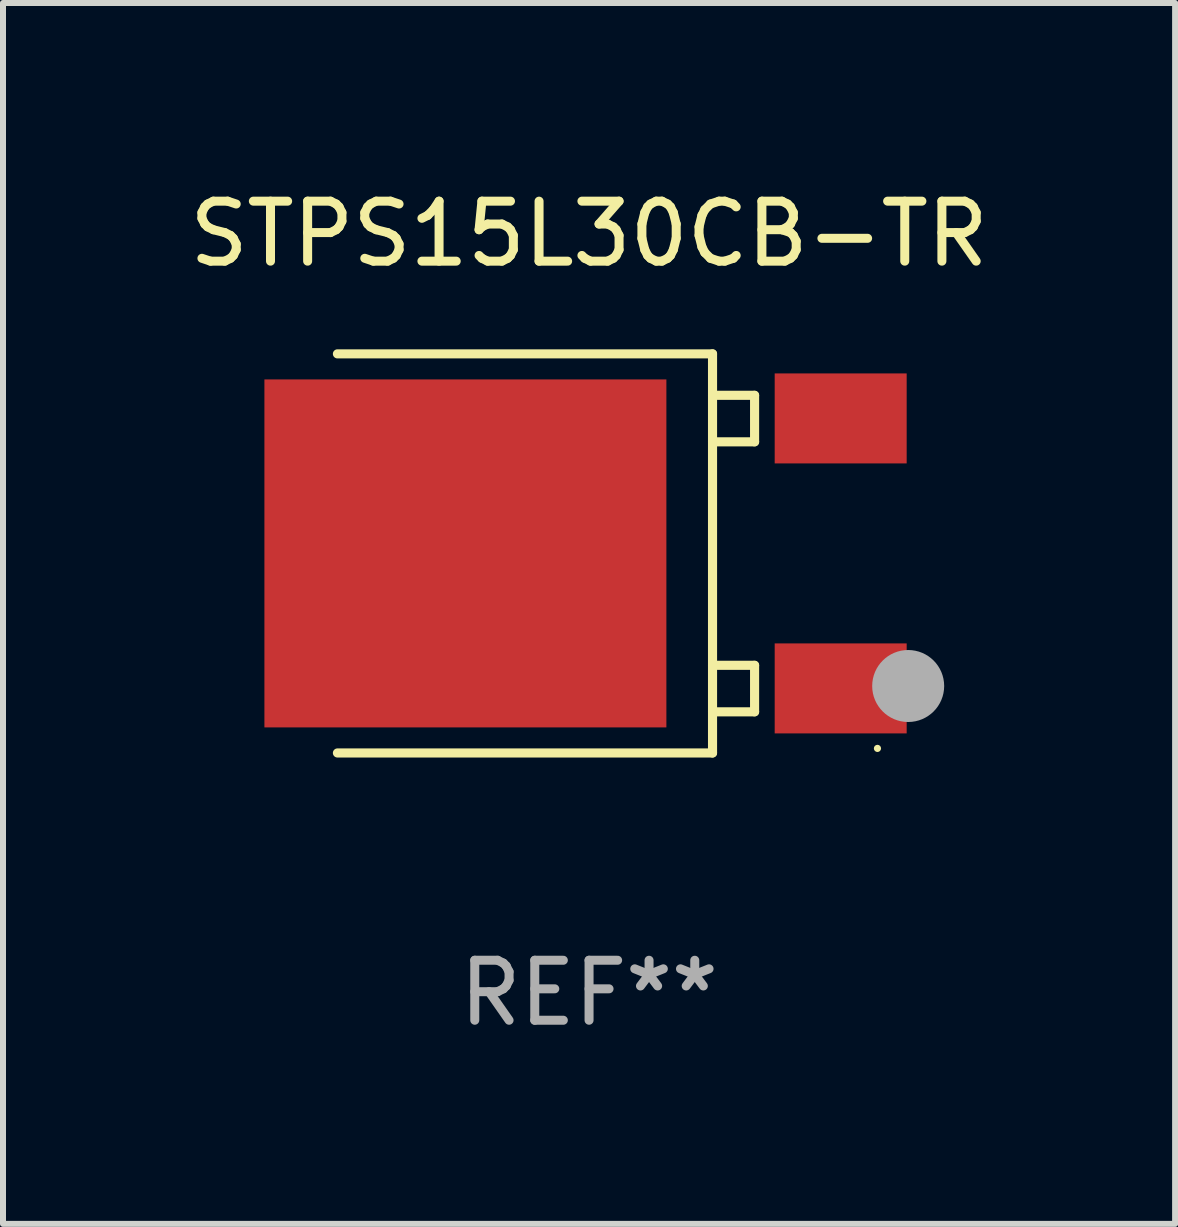
<source format=kicad_pcb>
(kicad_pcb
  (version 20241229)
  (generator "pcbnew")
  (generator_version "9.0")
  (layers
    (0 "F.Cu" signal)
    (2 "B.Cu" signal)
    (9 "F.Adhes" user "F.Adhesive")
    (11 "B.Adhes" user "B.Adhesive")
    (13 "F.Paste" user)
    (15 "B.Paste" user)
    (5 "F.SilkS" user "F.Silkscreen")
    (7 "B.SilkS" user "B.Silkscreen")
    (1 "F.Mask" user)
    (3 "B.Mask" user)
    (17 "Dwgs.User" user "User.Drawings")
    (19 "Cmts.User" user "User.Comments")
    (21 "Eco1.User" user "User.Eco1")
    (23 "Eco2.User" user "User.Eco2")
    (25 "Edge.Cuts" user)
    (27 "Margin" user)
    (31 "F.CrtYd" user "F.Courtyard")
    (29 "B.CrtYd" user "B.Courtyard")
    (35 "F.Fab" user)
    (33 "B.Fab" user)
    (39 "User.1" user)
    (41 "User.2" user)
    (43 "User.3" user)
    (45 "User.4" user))
  (footprint "STPS15L30CB-TR"
    (layer "F.Cu")
    (at 6.768 6.174)
    (property "Reference" "STPS15L30CB-TR" (at 0 -5.326 0) (layer "F.SilkS") (effects (font (size 1 1) (thickness 0.15))))
    (attr through_hole)
    (fp_line (start -4.194 -3.326) (end 2.058 -3.326) (stroke (width 0.152) (type solid)) (layer "F.SilkS"))
    (fp_line (start 2.058 -3.326) (end 2.058 3.326) (stroke (width 0.152) (type solid)) (layer "F.SilkS"))
    (fp_line (start 2.058 -2.635) (end 2.759 -2.635) (stroke (width 0.152) (type solid)) (layer "F.SilkS"))
    (fp_line (start 2.058 3.326) (end -4.194 3.326) (stroke (width 0.152) (type solid)) (layer "F.SilkS"))
    (fp_line (start 2.058 1.865) (end 2.759 1.865) (stroke (width 0.152) (type solid)) (layer "F.SilkS"))
    (fp_line (start 2.759 -2.635) (end 2.759 -1.86) (stroke (width 0.152) (type solid)) (layer "F.SilkS"))
    (fp_line (start 2.759 -1.86) (end 2.058 -1.86) (stroke (width 0.152) (type solid)) (layer "F.SilkS"))
    (fp_line (start 2.759 1.865) (end 2.759 2.64) (stroke (width 0.152) (type solid)) (layer "F.SilkS"))
    (fp_line (start 2.759 2.64) (end 2.058 2.64) (stroke (width 0.152) (type solid)) (layer "F.SilkS"))
    (fp_circle (center 4.807 3.25) (end 4.837 3.25) (stroke (width 0.06) (type solid)) (fill no) (layer "F.SilkS"))
    (fp_circle (center 5.319 2.21) (end 5.619 2.21) (stroke (width 0.6) (type solid)) (fill no) (layer "F.Fab"))
    (fp_text user "REF**" (at 0 7.326 0) (layer "F.Fab") (effects (font (size 1 1) (thickness 0.15))))
    (pad "1" smd rect (at 4.194 2.25 180) (size 2.2 1.5) (layers "F.Cu" "F.Mask" "F.Paste"))
    (pad "2" smd rect (at 4.194 -2.25 180) (size 2.2 1.5) (layers "F.Cu" "F.Mask" "F.Paste"))
    (pad "3" smd rect (at -2.061 0.000013 180) (size 6.7 5.8) (layers "F.Cu" "F.Mask" "F.Paste")))
  (gr_rect
    (start -3 -3)
    (end 16.536 17.349)
    (stroke (width 0.1) (type default))
    (fill no)
    (layer "Edge.Cuts")))
</source>
